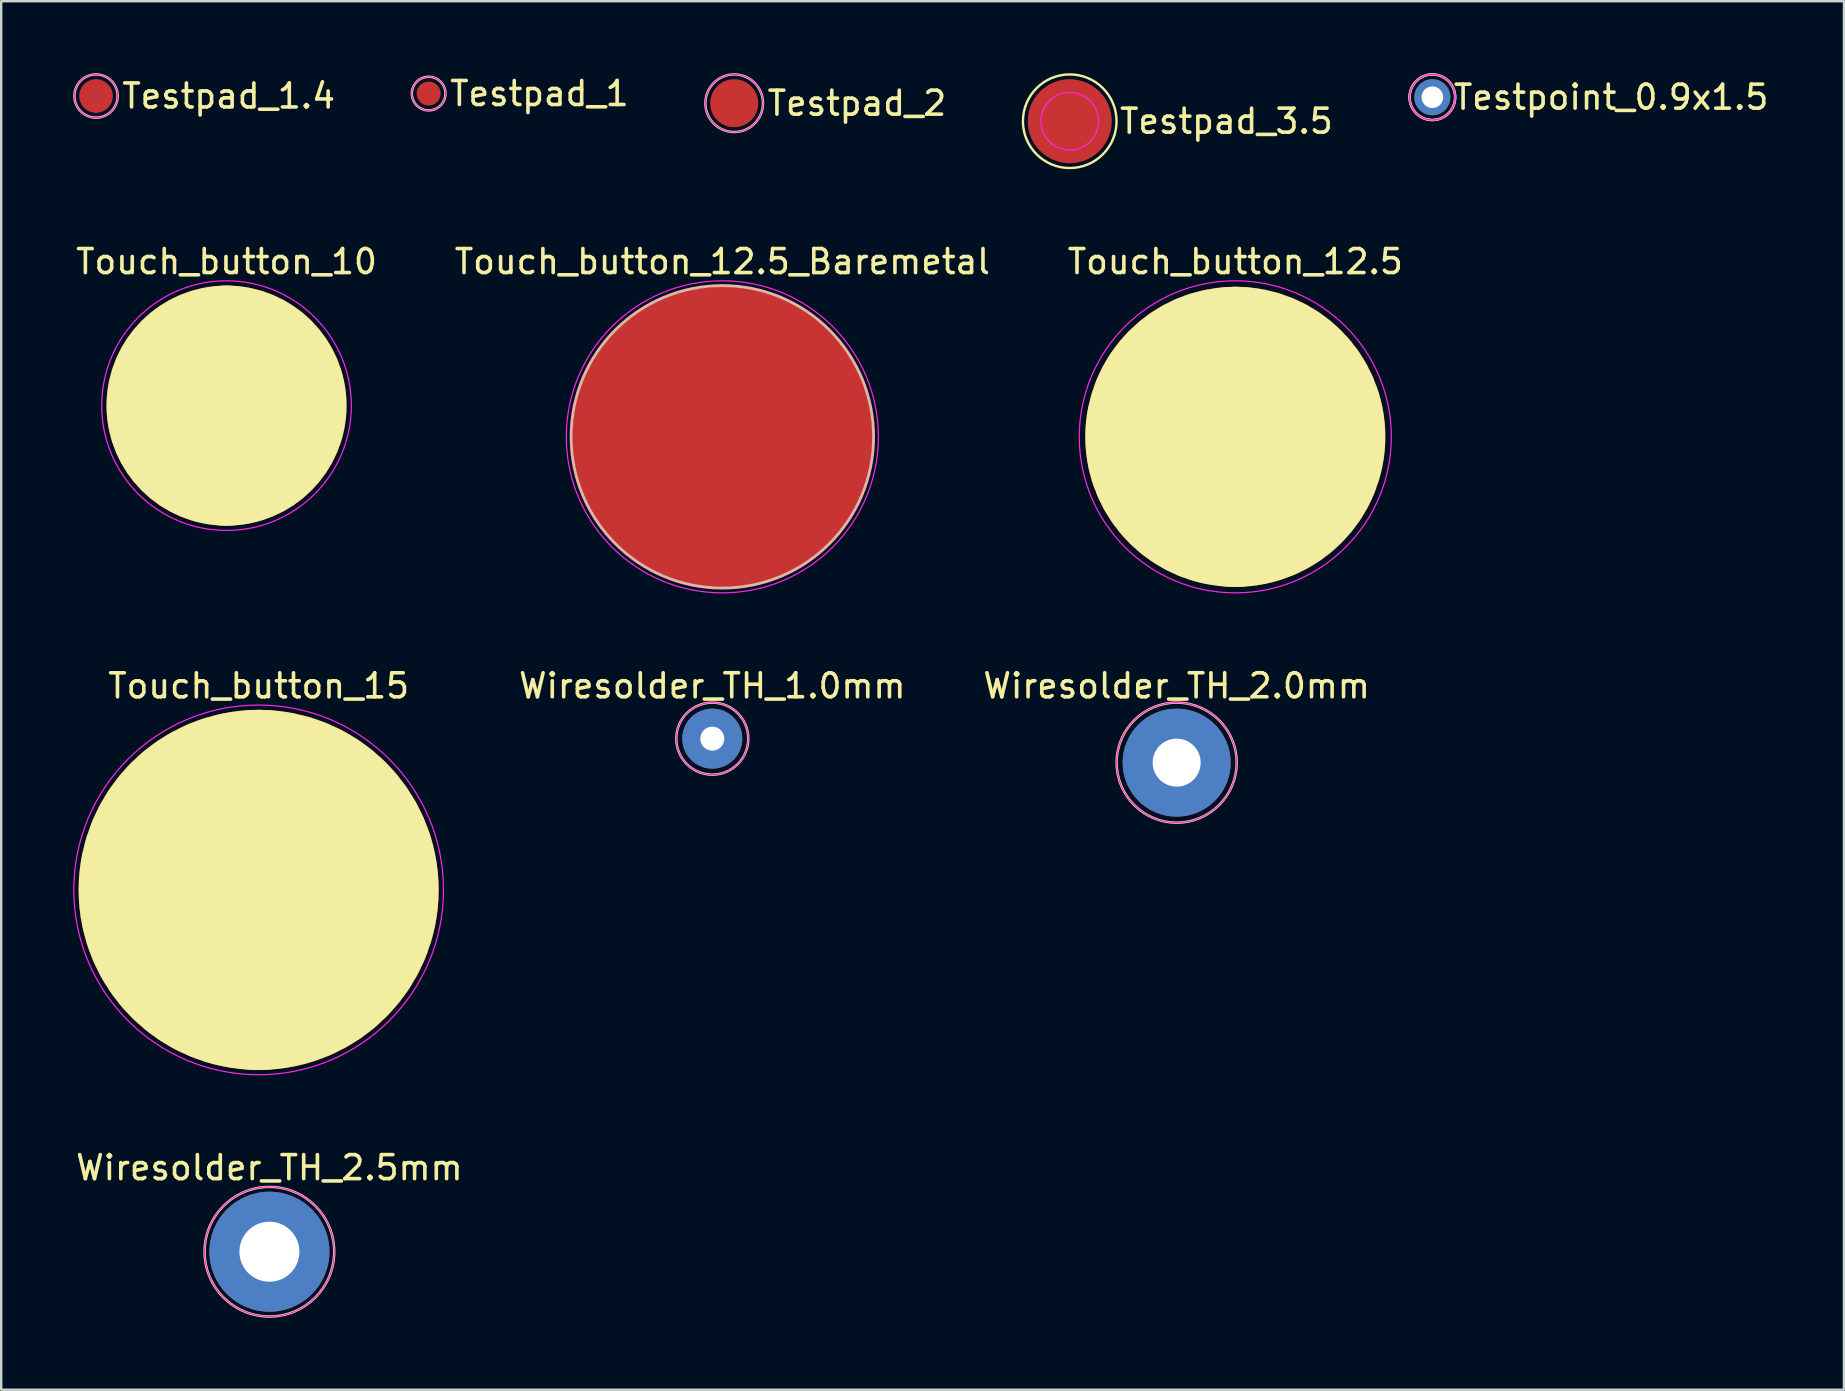
<source format=kicad_pcb>
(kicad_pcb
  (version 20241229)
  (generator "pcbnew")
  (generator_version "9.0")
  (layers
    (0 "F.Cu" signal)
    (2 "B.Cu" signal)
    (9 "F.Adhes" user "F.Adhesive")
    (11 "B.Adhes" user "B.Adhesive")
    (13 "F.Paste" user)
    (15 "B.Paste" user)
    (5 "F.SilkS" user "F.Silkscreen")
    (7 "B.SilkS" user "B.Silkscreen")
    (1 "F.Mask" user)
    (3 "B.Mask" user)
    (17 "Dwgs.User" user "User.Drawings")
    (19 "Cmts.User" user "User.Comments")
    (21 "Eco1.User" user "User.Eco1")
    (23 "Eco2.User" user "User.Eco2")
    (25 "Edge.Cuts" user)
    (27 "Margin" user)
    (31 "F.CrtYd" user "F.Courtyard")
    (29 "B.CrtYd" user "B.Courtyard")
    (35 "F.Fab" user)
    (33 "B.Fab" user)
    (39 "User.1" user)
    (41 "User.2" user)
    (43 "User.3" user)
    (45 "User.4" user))
  (footprint "Testpad_2"
    (layer "F.Cu")
    (at 27.536 1.25)
    (property "Reference" "Testpad_2" (at 1.3 0 0) (layer "F.SilkS") (effects (font (size 1 1) (thickness 0.15)) (justify left)))
    (attr exclude_from_pos_files exclude_from_bom)
    (fp_circle (center 0 0) (end 1.2 0) (stroke (width 0.1) (type solid)) (fill no) (layer "F.SilkS"))
    (fp_circle (center 0 0) (end 1.2 0) (stroke (width 0.05) (type solid)) (fill no) (layer "F.CrtYd"))
    (pad "1" smd circle (at 0 0) (size 2 2) (layers "F.Cu" "F.Mask")))
  (footprint "Testpad_3.5"
    (layer "F.Cu")
    (at 41.514 2)
    (property "Reference" "Testpad_3.5" (at 2 0 0) (layer "F.SilkS") (effects (font (size 1 1) (thickness 0.15)) (justify left)))
    (attr exclude_from_pos_files exclude_from_bom)
    (fp_circle (center 0 0) (end 1.95 0) (stroke (width 0.1) (type solid)) (fill no) (layer "F.SilkS"))
    (fp_circle (center 0 0) (end 1.2 0) (stroke (width 0.05) (type solid)) (fill no) (layer "F.CrtYd"))
    (pad "1" smd circle (at 0 0) (size 3.5 3.5) (layers "F.Cu" "F.Mask")))
  (footprint "Wiresolder_TH_2.5mm"
    (layer "F.Cu")
    (at 8.173 49.095)
    (property "Reference" "Wiresolder_TH_2.5mm" (at 0 -3.5 0) (layer "F.SilkS") (effects (font (size 1 1) (thickness 0.15))))
    (attr exclude_from_pos_files exclude_from_bom)
    (fp_circle (center 0 0) (end 2.7 0) (stroke (width 0.1) (type solid)) (fill no) (layer "F.SilkS"))
    (fp_circle (center 0 0) (end 2.7 0) (stroke (width 0.05) (type solid)) (fill no) (layer "F.CrtYd"))
    (pad "1" thru_hole circle (at 0 0) (size 5 5) (drill 2.5) (layers "*.Cu" "*.Mask")))
  (footprint "Wiresolder_TH_2.0mm"
    (layer "F.Cu")
    (at 45.968 28.721)
    (property "Reference" "Wiresolder_TH_2.0mm" (at 0 -3.2 0) (layer "F.SilkS") (effects (font (size 1 1) (thickness 0.15))))
    (attr exclude_from_pos_files exclude_from_bom)
    (fp_circle (center 0 0) (end 2.5 0) (stroke (width 0.1) (type solid)) (fill no) (layer "F.SilkS"))
    (fp_circle (center 0 0) (end 2.5 0) (stroke (width 0.05) (type solid)) (fill no) (layer "F.CrtYd"))
    (pad "1" thru_hole circle (at 0 0) (size 4.5 4.5) (drill 2) (layers "*.Cu" "*.Mask")))
  (footprint "Wiresolder_TH_1.0mm"
    (layer "F.Cu")
    (at 26.623 27.721)
    (property "Reference" "Wiresolder_TH_1.0mm" (at 0 -2.2 0) (layer "F.SilkS") (effects (font (size 1 1) (thickness 0.15))))
    (attr exclude_from_pos_files exclude_from_bom)
    (fp_circle (center 0 0) (end 1.5 0) (stroke (width 0.1) (type solid)) (fill no) (layer "F.SilkS"))
    (fp_circle (center 0 0) (end 1.5 0) (stroke (width 0.05) (type solid)) (fill no) (layer "F.CrtYd"))
    (pad "1" thru_hole circle (at 0 0) (size 2.5 2.5) (drill 1) (layers "*.Cu" "*.Mask")))
  (footprint "Testpoint_0.9x1.5"
    (layer "F.Cu")
    (at 56.621 1)
    (property "Reference" "Testpoint_0.9x1.5" (at 0.8 0 0) (layer "F.SilkS") (effects (font (size 1 1) (thickness 0.15)) (justify left)))
    (attr exclude_from_pos_files exclude_from_bom)
    (fp_circle (center 0 0) (end 0.95 0) (stroke (width 0.1) (type solid)) (fill no) (layer "F.SilkS"))
    (fp_circle (center 0 0) (end 0.95 0) (stroke (width 0.1) (type solid)) (fill no) (layer "B.SilkS"))
    (fp_circle (center 0 0) (end 0.95 0) (stroke (width 0.05) (type solid)) (fill no) (layer "F.CrtYd"))
    (pad "1" thru_hole circle (at 0 0) (size 1.5 1.5) (drill 0.9) (layers "*.Cu" "*.Mask")))
  (footprint "Touch_button_15"
    (layer "F.Cu")
    (at 7.725 34.022)
    (property "Reference" "Touch_button_15" (at 0 -8.5 0) (layer "F.SilkS") (effects (font (size 1 1) (thickness 0.15))))
    (attr exclude_from_pos_files exclude_from_bom)
    (fp_arc (start 0 -2.5) (mid 2.5 0) (end 0 2.5) (stroke (width 10) (type solid)) (layer "F.SilkS"))
    (fp_arc (start 0 2.5) (mid -2.5 0) (end 0 -2.5) (stroke (width 10) (type solid)) (layer "F.SilkS"))
    (fp_circle (center 0 0) (end 7.7 0) (stroke (width 0.05) (type solid)) (fill no) (layer "F.CrtYd"))
    (pad "1" smd circle (at 0 0) (size 15 15) (layers "F.Cu")))
  (footprint "Touch_button_10"
    (layer "F.Cu")
    (at 6.387 13.848)
    (property "Reference" "Touch_button_10" (at 0 -6 0) (layer "F.SilkS") (effects (font (size 1 1) (thickness 0.15))))
    (attr exclude_from_pos_files exclude_from_bom)
    (fp_arc (start 0 -2.5) (mid 2.5 0) (end 0 2.5) (stroke (width 5) (type solid)) (layer "F.SilkS"))
    (fp_arc (start 0 2.5) (mid -2.5 0) (end 0 -2.5) (stroke (width 5) (type solid)) (layer "F.SilkS"))
    (fp_circle (center 0 0) (end 5.2 0) (stroke (width 0.05) (type solid)) (fill no) (layer "F.CrtYd"))
    (pad "1" smd circle (at 0 0) (size 10 10) (layers "F.Cu")))
  (footprint "Testpad_1"
    (layer "F.Cu")
    (at 14.807 0.848)
    (property "Reference" "Testpad_1" (at 0.8 0 0) (layer "F.SilkS") (effects (font (size 1 1) (thickness 0.15)) (justify left)))
    (attr exclude_from_pos_files exclude_from_bom)
    (fp_circle (center 0 0) (end 0.7 0) (stroke (width 0.1) (type solid)) (fill no) (layer "F.SilkS"))
    (fp_circle (center 0 0) (end 0.7 0) (stroke (width 0.05) (type solid)) (fill no) (layer "F.CrtYd"))
    (pad "1" smd circle (at 0 0) (size 1 1) (layers "F.Cu" "F.Mask")))
  (footprint "Touch_button_12.5"
    (layer "F.Cu")
    (at 48.411 15.148)
    (property "Reference" "Touch_button_12.5" (at 0 -7.3 0) (layer "F.SilkS") (effects (font (size 1 1) (thickness 0.15))))
    (attr exclude_from_pos_files exclude_from_bom)
    (fp_arc (start 0 -2.5) (mid 2.5 0) (end 0 2.5) (stroke (width 7.5) (type solid)) (layer "F.SilkS"))
    (fp_arc (start 0 2.5) (mid -2.5 0) (end 0 -2.5) (stroke (width 7.5) (type solid)) (layer "F.SilkS"))
    (fp_circle (center 0 0) (end 6.5 0) (stroke (width 0.05) (type solid)) (fill no) (layer "F.CrtYd"))
    (pad "1" smd circle (at 0 0) (size 12.5 12.5) (layers "F.Cu")))
  (footprint "Touch_button_12.5_Baremetal"
    (layer "F.Cu")
    (at 27.042 15.148)
    (property "Reference" "Touch_button_12.5_Baremetal" (at 0 -7.3 0) (layer "F.SilkS") (effects (font (size 1 1) (thickness 0.15))))
    (attr exclude_from_pos_files exclude_from_bom)
    (fp_circle (center 0 0) (end 6.3 0) (stroke (width 0.12) (type solid)) (fill no) (layer "B.SilkS"))
    (fp_circle (center 0 0) (end 6.5 0) (stroke (width 0.05) (type solid)) (fill no) (layer "F.CrtYd"))
    (pad "1" smd circle (at 0 0) (size 12.5 12.5) (layers "F.Cu" "F.Mask")))
  (footprint "Testpad_1.4"
    (layer "F.Cu")
    (at 0.95 0.95)
    (property "Reference" "Testpad_1.4" (at 1 0 0) (layer "F.SilkS") (effects (font (size 1 1) (thickness 0.15)) (justify left)))
    (attr exclude_from_pos_files exclude_from_bom)
    (fp_circle (center 0 0) (end 0.9 0) (stroke (width 0.1) (type solid)) (fill no) (layer "F.SilkS"))
    (fp_circle (center 0 0) (end 0.9 0) (stroke (width 0.05) (type solid)) (fill no) (layer "F.CrtYd"))
    (pad "1" smd circle (at 0 0) (size 1.4 1.4) (layers "F.Cu" "F.Mask")))
  (gr_rect
    (start -3 -3)
    (end 73.767 54.845)
    (stroke (width 0.1) (type default))
    (fill no)
    (layer "Edge.Cuts")))
</source>
